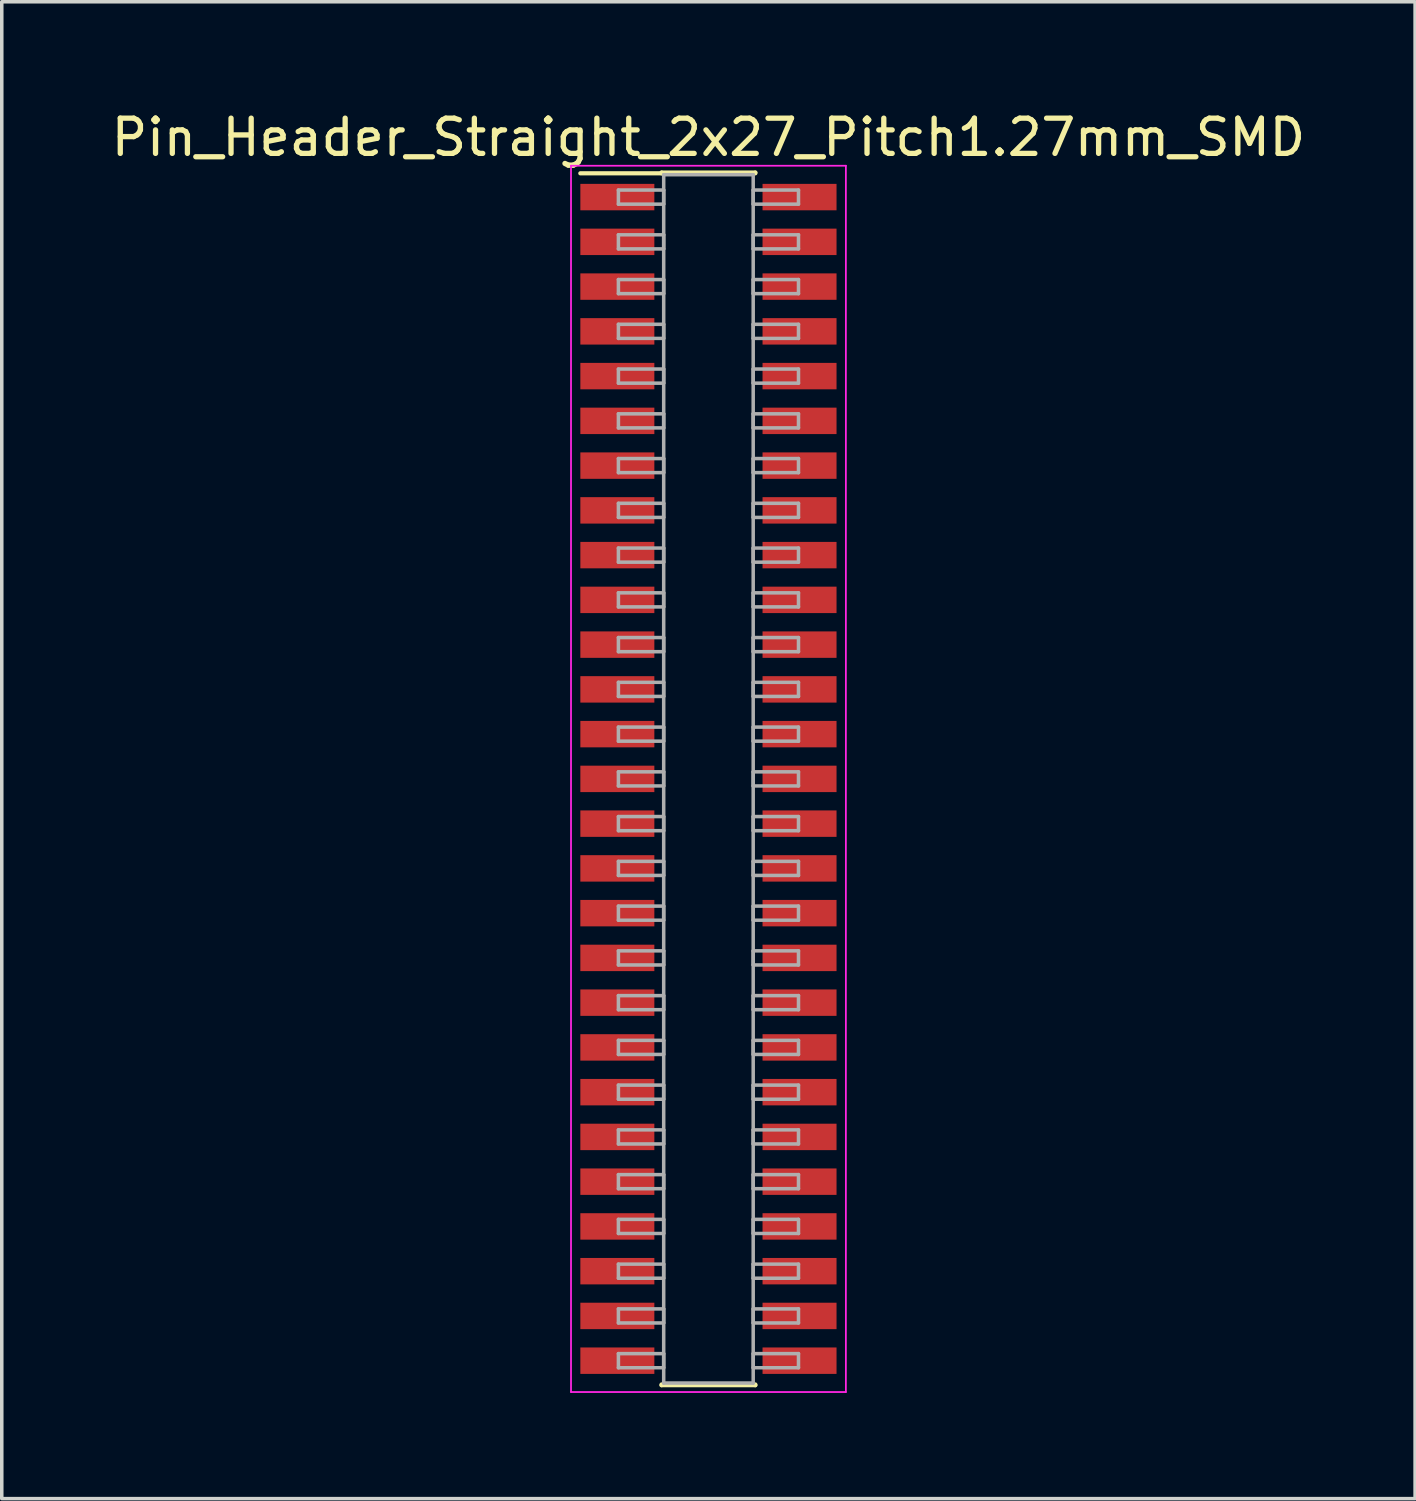
<source format=kicad_pcb>
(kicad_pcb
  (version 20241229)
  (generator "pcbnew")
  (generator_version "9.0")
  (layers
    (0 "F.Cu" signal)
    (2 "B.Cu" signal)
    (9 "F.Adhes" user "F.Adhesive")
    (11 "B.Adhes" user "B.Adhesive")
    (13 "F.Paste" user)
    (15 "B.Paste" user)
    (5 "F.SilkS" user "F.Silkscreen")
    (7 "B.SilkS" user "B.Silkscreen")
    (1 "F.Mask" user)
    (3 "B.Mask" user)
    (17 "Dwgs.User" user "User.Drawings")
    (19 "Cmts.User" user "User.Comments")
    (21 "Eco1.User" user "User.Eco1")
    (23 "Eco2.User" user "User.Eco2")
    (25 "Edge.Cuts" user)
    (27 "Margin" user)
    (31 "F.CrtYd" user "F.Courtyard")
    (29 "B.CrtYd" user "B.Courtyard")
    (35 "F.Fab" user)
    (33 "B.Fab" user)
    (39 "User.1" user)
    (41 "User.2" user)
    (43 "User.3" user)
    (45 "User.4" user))
  (footprint "Pin_Header_Straight_2x27_Pitch1.27mm_SMD"
    (layer "F.Cu")
    (at 17.054 19.053)
    (property "Reference" "Pin_Header_Straight_2x27_Pitch1.27mm_SMD" (at 0 -18.205 0) (layer "F.SilkS") (effects (font (size 1 1) (thickness 0.15))))
    (attr smd)
    (fp_line (start -3.635 -17.185) (end -1.33 -17.185) (stroke (width 0.12) (type solid)) (layer "F.SilkS"))
    (fp_line (start -1.33 -17.205) (end 1.33 -17.205) (stroke (width 0.12) (type solid)) (layer "F.SilkS"))
    (fp_line (start -1.33 -17.185) (end -1.33 -17.205) (stroke (width 0.12) (type solid)) (layer "F.SilkS"))
    (fp_line (start -1.33 17.185) (end -1.33 17.205) (stroke (width 0.12) (type solid)) (layer "F.SilkS"))
    (fp_line (start -1.33 17.205) (end 1.33 17.205) (stroke (width 0.12) (type solid)) (layer "F.SilkS"))
    (fp_line (start 1.33 -17.205) (end 1.33 -17.185) (stroke (width 0.12) (type solid)) (layer "F.SilkS"))
    (fp_line (start 1.33 17.205) (end 1.33 17.185) (stroke (width 0.12) (type solid)) (layer "F.SilkS"))
    (fp_line (start -3.9 -17.4) (end -3.9 17.4) (stroke (width 0.05) (type solid)) (layer "F.CrtYd"))
    (fp_line (start -3.9 17.4) (end 3.9 17.4) (stroke (width 0.05) (type solid)) (layer "F.CrtYd"))
    (fp_line (start 3.9 -17.4) (end -3.9 -17.4) (stroke (width 0.05) (type solid)) (layer "F.CrtYd"))
    (fp_line (start 3.9 17.4) (end 3.9 -17.4) (stroke (width 0.05) (type solid)) (layer "F.CrtYd"))
    (fp_line (start -2.555 -16.71) (end -1.27 -16.71) (stroke (width 0.1) (type solid)) (layer "F.Fab"))
    (fp_line (start -2.555 -16.31) (end -2.555 -16.71) (stroke (width 0.1) (type solid)) (layer "F.Fab"))
    (fp_line (start -2.555 -15.44) (end -1.27 -15.44) (stroke (width 0.1) (type solid)) (layer "F.Fab"))
    (fp_line (start -2.555 -15.04) (end -2.555 -15.44) (stroke (width 0.1) (type solid)) (layer "F.Fab"))
    (fp_line (start -2.555 -14.17) (end -1.27 -14.17) (stroke (width 0.1) (type solid)) (layer "F.Fab"))
    (fp_line (start -2.555 -13.77) (end -2.555 -14.17) (stroke (width 0.1) (type solid)) (layer "F.Fab"))
    (fp_line (start -2.555 -12.9) (end -1.27 -12.9) (stroke (width 0.1) (type solid)) (layer "F.Fab"))
    (fp_line (start -2.555 -12.5) (end -2.555 -12.9) (stroke (width 0.1) (type solid)) (layer "F.Fab"))
    (fp_line (start -2.555 -11.63) (end -1.27 -11.63) (stroke (width 0.1) (type solid)) (layer "F.Fab"))
    (fp_line (start -2.555 -11.23) (end -2.555 -11.63) (stroke (width 0.1) (type solid)) (layer "F.Fab"))
    (fp_line (start -2.555 -10.36) (end -1.27 -10.36) (stroke (width 0.1) (type solid)) (layer "F.Fab"))
    (fp_line (start -2.555 -9.96) (end -2.555 -10.36) (stroke (width 0.1) (type solid)) (layer "F.Fab"))
    (fp_line (start -2.555 -9.09) (end -1.27 -9.09) (stroke (width 0.1) (type solid)) (layer "F.Fab"))
    (fp_line (start -2.555 -8.69) (end -2.555 -9.09) (stroke (width 0.1) (type solid)) (layer "F.Fab"))
    (fp_line (start -2.555 -7.82) (end -1.27 -7.82) (stroke (width 0.1) (type solid)) (layer "F.Fab"))
    (fp_line (start -2.555 -7.42) (end -2.555 -7.82) (stroke (width 0.1) (type solid)) (layer "F.Fab"))
    (fp_line (start -2.555 -6.55) (end -1.27 -6.55) (stroke (width 0.1) (type solid)) (layer "F.Fab"))
    (fp_line (start -2.555 -6.15) (end -2.555 -6.55) (stroke (width 0.1) (type solid)) (layer "F.Fab"))
    (fp_line (start -2.555 -5.28) (end -1.27 -5.28) (stroke (width 0.1) (type solid)) (layer "F.Fab"))
    (fp_line (start -2.555 -4.88) (end -2.555 -5.28) (stroke (width 0.1) (type solid)) (layer "F.Fab"))
    (fp_line (start -2.555 -4.01) (end -1.27 -4.01) (stroke (width 0.1) (type solid)) (layer "F.Fab"))
    (fp_line (start -2.555 -3.61) (end -2.555 -4.01) (stroke (width 0.1) (type solid)) (layer "F.Fab"))
    (fp_line (start -2.555 -2.74) (end -1.27 -2.74) (stroke (width 0.1) (type solid)) (layer "F.Fab"))
    (fp_line (start -2.555 -2.34) (end -2.555 -2.74) (stroke (width 0.1) (type solid)) (layer "F.Fab"))
    (fp_line (start -2.555 -1.47) (end -1.27 -1.47) (stroke (width 0.1) (type solid)) (layer "F.Fab"))
    (fp_line (start -2.555 -1.07) (end -2.555 -1.47) (stroke (width 0.1) (type solid)) (layer "F.Fab"))
    (fp_line (start -2.555 -0.2) (end -1.27 -0.2) (stroke (width 0.1) (type solid)) (layer "F.Fab"))
    (fp_line (start -2.555 0.2) (end -2.555 -0.2) (stroke (width 0.1) (type solid)) (layer "F.Fab"))
    (fp_line (start -2.555 1.07) (end -1.27 1.07) (stroke (width 0.1) (type solid)) (layer "F.Fab"))
    (fp_line (start -2.555 1.47) (end -2.555 1.07) (stroke (width 0.1) (type solid)) (layer "F.Fab"))
    (fp_line (start -2.555 2.34) (end -1.27 2.34) (stroke (width 0.1) (type solid)) (layer "F.Fab"))
    (fp_line (start -2.555 2.74) (end -2.555 2.34) (stroke (width 0.1) (type solid)) (layer "F.Fab"))
    (fp_line (start -2.555 3.61) (end -1.27 3.61) (stroke (width 0.1) (type solid)) (layer "F.Fab"))
    (fp_line (start -2.555 4.01) (end -2.555 3.61) (stroke (width 0.1) (type solid)) (layer "F.Fab"))
    (fp_line (start -2.555 4.88) (end -1.27 4.88) (stroke (width 0.1) (type solid)) (layer "F.Fab"))
    (fp_line (start -2.555 5.28) (end -2.555 4.88) (stroke (width 0.1) (type solid)) (layer "F.Fab"))
    (fp_line (start -2.555 6.15) (end -1.27 6.15) (stroke (width 0.1) (type solid)) (layer "F.Fab"))
    (fp_line (start -2.555 6.55) (end -2.555 6.15) (stroke (width 0.1) (type solid)) (layer "F.Fab"))
    (fp_line (start -2.555 7.42) (end -1.27 7.42) (stroke (width 0.1) (type solid)) (layer "F.Fab"))
    (fp_line (start -2.555 7.82) (end -2.555 7.42) (stroke (width 0.1) (type solid)) (layer "F.Fab"))
    (fp_line (start -2.555 8.69) (end -1.27 8.69) (stroke (width 0.1) (type solid)) (layer "F.Fab"))
    (fp_line (start -2.555 9.09) (end -2.555 8.69) (stroke (width 0.1) (type solid)) (layer "F.Fab"))
    (fp_line (start -2.555 9.96) (end -1.27 9.96) (stroke (width 0.1) (type solid)) (layer "F.Fab"))
    (fp_line (start -2.555 10.36) (end -2.555 9.96) (stroke (width 0.1) (type solid)) (layer "F.Fab"))
    (fp_line (start -2.555 11.23) (end -1.27 11.23) (stroke (width 0.1) (type solid)) (layer "F.Fab"))
    (fp_line (start -2.555 11.63) (end -2.555 11.23) (stroke (width 0.1) (type solid)) (layer "F.Fab"))
    (fp_line (start -2.555 12.5) (end -1.27 12.5) (stroke (width 0.1) (type solid)) (layer "F.Fab"))
    (fp_line (start -2.555 12.9) (end -2.555 12.5) (stroke (width 0.1) (type solid)) (layer "F.Fab"))
    (fp_line (start -2.555 13.77) (end -1.27 13.77) (stroke (width 0.1) (type solid)) (layer "F.Fab"))
    (fp_line (start -2.555 14.17) (end -2.555 13.77) (stroke (width 0.1) (type solid)) (layer "F.Fab"))
    (fp_line (start -2.555 15.04) (end -1.27 15.04) (stroke (width 0.1) (type solid)) (layer "F.Fab"))
    (fp_line (start -2.555 15.44) (end -2.555 15.04) (stroke (width 0.1) (type solid)) (layer "F.Fab"))
    (fp_line (start -2.555 16.31) (end -1.27 16.31) (stroke (width 0.1) (type solid)) (layer "F.Fab"))
    (fp_line (start -2.555 16.71) (end -2.555 16.31) (stroke (width 0.1) (type solid)) (layer "F.Fab"))
    (fp_line (start -1.27 -17.145) (end -1.27 17.145) (stroke (width 0.1) (type solid)) (layer "F.Fab"))
    (fp_line (start -1.27 -16.71) (end -1.27 -16.31) (stroke (width 0.1) (type solid)) (layer "F.Fab"))
    (fp_line (start -1.27 -16.31) (end -2.555 -16.31) (stroke (width 0.1) (type solid)) (layer "F.Fab"))
    (fp_line (start -1.27 -15.44) (end -1.27 -15.04) (stroke (width 0.1) (type solid)) (layer "F.Fab"))
    (fp_line (start -1.27 -15.04) (end -2.555 -15.04) (stroke (width 0.1) (type solid)) (layer "F.Fab"))
    (fp_line (start -1.27 -14.17) (end -1.27 -13.77) (stroke (width 0.1) (type solid)) (layer "F.Fab"))
    (fp_line (start -1.27 -13.77) (end -2.555 -13.77) (stroke (width 0.1) (type solid)) (layer "F.Fab"))
    (fp_line (start -1.27 -12.9) (end -1.27 -12.5) (stroke (width 0.1) (type solid)) (layer "F.Fab"))
    (fp_line (start -1.27 -12.5) (end -2.555 -12.5) (stroke (width 0.1) (type solid)) (layer "F.Fab"))
    (fp_line (start -1.27 -11.63) (end -1.27 -11.23) (stroke (width 0.1) (type solid)) (layer "F.Fab"))
    (fp_line (start -1.27 -11.23) (end -2.555 -11.23) (stroke (width 0.1) (type solid)) (layer "F.Fab"))
    (fp_line (start -1.27 -10.36) (end -1.27 -9.96) (stroke (width 0.1) (type solid)) (layer "F.Fab"))
    (fp_line (start -1.27 -9.96) (end -2.555 -9.96) (stroke (width 0.1) (type solid)) (layer "F.Fab"))
    (fp_line (start -1.27 -9.09) (end -1.27 -8.69) (stroke (width 0.1) (type solid)) (layer "F.Fab"))
    (fp_line (start -1.27 -8.69) (end -2.555 -8.69) (stroke (width 0.1) (type solid)) (layer "F.Fab"))
    (fp_line (start -1.27 -7.82) (end -1.27 -7.42) (stroke (width 0.1) (type solid)) (layer "F.Fab"))
    (fp_line (start -1.27 -7.42) (end -2.555 -7.42) (stroke (width 0.1) (type solid)) (layer "F.Fab"))
    (fp_line (start -1.27 -6.55) (end -1.27 -6.15) (stroke (width 0.1) (type solid)) (layer "F.Fab"))
    (fp_line (start -1.27 -6.15) (end -2.555 -6.15) (stroke (width 0.1) (type solid)) (layer "F.Fab"))
    (fp_line (start -1.27 -5.28) (end -1.27 -4.88) (stroke (width 0.1) (type solid)) (layer "F.Fab"))
    (fp_line (start -1.27 -4.88) (end -2.555 -4.88) (stroke (width 0.1) (type solid)) (layer "F.Fab"))
    (fp_line (start -1.27 -4.01) (end -1.27 -3.61) (stroke (width 0.1) (type solid)) (layer "F.Fab"))
    (fp_line (start -1.27 -3.61) (end -2.555 -3.61) (stroke (width 0.1) (type solid)) (layer "F.Fab"))
    (fp_line (start -1.27 -2.74) (end -1.27 -2.34) (stroke (width 0.1) (type solid)) (layer "F.Fab"))
    (fp_line (start -1.27 -2.34) (end -2.555 -2.34) (stroke (width 0.1) (type solid)) (layer "F.Fab"))
    (fp_line (start -1.27 -1.47) (end -1.27 -1.07) (stroke (width 0.1) (type solid)) (layer "F.Fab"))
    (fp_line (start -1.27 -1.07) (end -2.555 -1.07) (stroke (width 0.1) (type solid)) (layer "F.Fab"))
    (fp_line (start -1.27 -0.2) (end -1.27 0.2) (stroke (width 0.1) (type solid)) (layer "F.Fab"))
    (fp_line (start -1.27 0.2) (end -2.555 0.2) (stroke (width 0.1) (type solid)) (layer "F.Fab"))
    (fp_line (start -1.27 1.07) (end -1.27 1.47) (stroke (width 0.1) (type solid)) (layer "F.Fab"))
    (fp_line (start -1.27 1.47) (end -2.555 1.47) (stroke (width 0.1) (type solid)) (layer "F.Fab"))
    (fp_line (start -1.27 2.34) (end -1.27 2.74) (stroke (width 0.1) (type solid)) (layer "F.Fab"))
    (fp_line (start -1.27 2.74) (end -2.555 2.74) (stroke (width 0.1) (type solid)) (layer "F.Fab"))
    (fp_line (start -1.27 3.61) (end -1.27 4.01) (stroke (width 0.1) (type solid)) (layer "F.Fab"))
    (fp_line (start -1.27 4.01) (end -2.555 4.01) (stroke (width 0.1) (type solid)) (layer "F.Fab"))
    (fp_line (start -1.27 4.88) (end -1.27 5.28) (stroke (width 0.1) (type solid)) (layer "F.Fab"))
    (fp_line (start -1.27 5.28) (end -2.555 5.28) (stroke (width 0.1) (type solid)) (layer "F.Fab"))
    (fp_line (start -1.27 6.15) (end -1.27 6.55) (stroke (width 0.1) (type solid)) (layer "F.Fab"))
    (fp_line (start -1.27 6.55) (end -2.555 6.55) (stroke (width 0.1) (type solid)) (layer "F.Fab"))
    (fp_line (start -1.27 7.42) (end -1.27 7.82) (stroke (width 0.1) (type solid)) (layer "F.Fab"))
    (fp_line (start -1.27 7.82) (end -2.555 7.82) (stroke (width 0.1) (type solid)) (layer "F.Fab"))
    (fp_line (start -1.27 8.69) (end -1.27 9.09) (stroke (width 0.1) (type solid)) (layer "F.Fab"))
    (fp_line (start -1.27 9.09) (end -2.555 9.09) (stroke (width 0.1) (type solid)) (layer "F.Fab"))
    (fp_line (start -1.27 9.96) (end -1.27 10.36) (stroke (width 0.1) (type solid)) (layer "F.Fab"))
    (fp_line (start -1.27 10.36) (end -2.555 10.36) (stroke (width 0.1) (type solid)) (layer "F.Fab"))
    (fp_line (start -1.27 11.23) (end -1.27 11.63) (stroke (width 0.1) (type solid)) (layer "F.Fab"))
    (fp_line (start -1.27 11.63) (end -2.555 11.63) (stroke (width 0.1) (type solid)) (layer "F.Fab"))
    (fp_line (start -1.27 12.5) (end -1.27 12.9) (stroke (width 0.1) (type solid)) (layer "F.Fab"))
    (fp_line (start -1.27 12.9) (end -2.555 12.9) (stroke (width 0.1) (type solid)) (layer "F.Fab"))
    (fp_line (start -1.27 13.77) (end -1.27 14.17) (stroke (width 0.1) (type solid)) (layer "F.Fab"))
    (fp_line (start -1.27 14.17) (end -2.555 14.17) (stroke (width 0.1) (type solid)) (layer "F.Fab"))
    (fp_line (start -1.27 15.04) (end -1.27 15.44) (stroke (width 0.1) (type solid)) (layer "F.Fab"))
    (fp_line (start -1.27 15.44) (end -2.555 15.44) (stroke (width 0.1) (type solid)) (layer "F.Fab"))
    (fp_line (start -1.27 16.31) (end -1.27 16.71) (stroke (width 0.1) (type solid)) (layer "F.Fab"))
    (fp_line (start -1.27 16.71) (end -2.555 16.71) (stroke (width 0.1) (type solid)) (layer "F.Fab"))
    (fp_line (start -1.27 17.145) (end 1.27 17.145) (stroke (width 0.1) (type solid)) (layer "F.Fab"))
    (fp_line (start 1.27 -17.145) (end -1.27 -17.145) (stroke (width 0.1) (type solid)) (layer "F.Fab"))
    (fp_line (start 1.27 -16.71) (end 1.27 -16.31) (stroke (width 0.1) (type solid)) (layer "F.Fab"))
    (fp_line (start 1.27 -16.31) (end 2.555 -16.31) (stroke (width 0.1) (type solid)) (layer "F.Fab"))
    (fp_line (start 1.27 -15.44) (end 1.27 -15.04) (stroke (width 0.1) (type solid)) (layer "F.Fab"))
    (fp_line (start 1.27 -15.04) (end 2.555 -15.04) (stroke (width 0.1) (type solid)) (layer "F.Fab"))
    (fp_line (start 1.27 -14.17) (end 1.27 -13.77) (stroke (width 0.1) (type solid)) (layer "F.Fab"))
    (fp_line (start 1.27 -13.77) (end 2.555 -13.77) (stroke (width 0.1) (type solid)) (layer "F.Fab"))
    (fp_line (start 1.27 -12.9) (end 1.27 -12.5) (stroke (width 0.1) (type solid)) (layer "F.Fab"))
    (fp_line (start 1.27 -12.5) (end 2.555 -12.5) (stroke (width 0.1) (type solid)) (layer "F.Fab"))
    (fp_line (start 1.27 -11.63) (end 1.27 -11.23) (stroke (width 0.1) (type solid)) (layer "F.Fab"))
    (fp_line (start 1.27 -11.23) (end 2.555 -11.23) (stroke (width 0.1) (type solid)) (layer "F.Fab"))
    (fp_line (start 1.27 -10.36) (end 1.27 -9.96) (stroke (width 0.1) (type solid)) (layer "F.Fab"))
    (fp_line (start 1.27 -9.96) (end 2.555 -9.96) (stroke (width 0.1) (type solid)) (layer "F.Fab"))
    (fp_line (start 1.27 -9.09) (end 1.27 -8.69) (stroke (width 0.1) (type solid)) (layer "F.Fab"))
    (fp_line (start 1.27 -8.69) (end 2.555 -8.69) (stroke (width 0.1) (type solid)) (layer "F.Fab"))
    (fp_line (start 1.27 -7.82) (end 1.27 -7.42) (stroke (width 0.1) (type solid)) (layer "F.Fab"))
    (fp_line (start 1.27 -7.42) (end 2.555 -7.42) (stroke (width 0.1) (type solid)) (layer "F.Fab"))
    (fp_line (start 1.27 -6.55) (end 1.27 -6.15) (stroke (width 0.1) (type solid)) (layer "F.Fab"))
    (fp_line (start 1.27 -6.15) (end 2.555 -6.15) (stroke (width 0.1) (type solid)) (layer "F.Fab"))
    (fp_line (start 1.27 -5.28) (end 1.27 -4.88) (stroke (width 0.1) (type solid)) (layer "F.Fab"))
    (fp_line (start 1.27 -4.88) (end 2.555 -4.88) (stroke (width 0.1) (type solid)) (layer "F.Fab"))
    (fp_line (start 1.27 -4.01) (end 1.27 -3.61) (stroke (width 0.1) (type solid)) (layer "F.Fab"))
    (fp_line (start 1.27 -3.61) (end 2.555 -3.61) (stroke (width 0.1) (type solid)) (layer "F.Fab"))
    (fp_line (start 1.27 -2.74) (end 1.27 -2.34) (stroke (width 0.1) (type solid)) (layer "F.Fab"))
    (fp_line (start 1.27 -2.34) (end 2.555 -2.34) (stroke (width 0.1) (type solid)) (layer "F.Fab"))
    (fp_line (start 1.27 -1.47) (end 1.27 -1.07) (stroke (width 0.1) (type solid)) (layer "F.Fab"))
    (fp_line (start 1.27 -1.07) (end 2.555 -1.07) (stroke (width 0.1) (type solid)) (layer "F.Fab"))
    (fp_line (start 1.27 -0.2) (end 1.27 0.2) (stroke (width 0.1) (type solid)) (layer "F.Fab"))
    (fp_line (start 1.27 0.2) (end 2.555 0.2) (stroke (width 0.1) (type solid)) (layer "F.Fab"))
    (fp_line (start 1.27 1.07) (end 1.27 1.47) (stroke (width 0.1) (type solid)) (layer "F.Fab"))
    (fp_line (start 1.27 1.47) (end 2.555 1.47) (stroke (width 0.1) (type solid)) (layer "F.Fab"))
    (fp_line (start 1.27 2.34) (end 1.27 2.74) (stroke (width 0.1) (type solid)) (layer "F.Fab"))
    (fp_line (start 1.27 2.74) (end 2.555 2.74) (stroke (width 0.1) (type solid)) (layer "F.Fab"))
    (fp_line (start 1.27 3.61) (end 1.27 4.01) (stroke (width 0.1) (type solid)) (layer "F.Fab"))
    (fp_line (start 1.27 4.01) (end 2.555 4.01) (stroke (width 0.1) (type solid)) (layer "F.Fab"))
    (fp_line (start 1.27 4.88) (end 1.27 5.28) (stroke (width 0.1) (type solid)) (layer "F.Fab"))
    (fp_line (start 1.27 5.28) (end 2.555 5.28) (stroke (width 0.1) (type solid)) (layer "F.Fab"))
    (fp_line (start 1.27 6.15) (end 1.27 6.55) (stroke (width 0.1) (type solid)) (layer "F.Fab"))
    (fp_line (start 1.27 6.55) (end 2.555 6.55) (stroke (width 0.1) (type solid)) (layer "F.Fab"))
    (fp_line (start 1.27 7.42) (end 1.27 7.82) (stroke (width 0.1) (type solid)) (layer "F.Fab"))
    (fp_line (start 1.27 7.82) (end 2.555 7.82) (stroke (width 0.1) (type solid)) (layer "F.Fab"))
    (fp_line (start 1.27 8.69) (end 1.27 9.09) (stroke (width 0.1) (type solid)) (layer "F.Fab"))
    (fp_line (start 1.27 9.09) (end 2.555 9.09) (stroke (width 0.1) (type solid)) (layer "F.Fab"))
    (fp_line (start 1.27 9.96) (end 1.27 10.36) (stroke (width 0.1) (type solid)) (layer "F.Fab"))
    (fp_line (start 1.27 10.36) (end 2.555 10.36) (stroke (width 0.1) (type solid)) (layer "F.Fab"))
    (fp_line (start 1.27 11.23) (end 1.27 11.63) (stroke (width 0.1) (type solid)) (layer "F.Fab"))
    (fp_line (start 1.27 11.63) (end 2.555 11.63) (stroke (width 0.1) (type solid)) (layer "F.Fab"))
    (fp_line (start 1.27 12.5) (end 1.27 12.9) (stroke (width 0.1) (type solid)) (layer "F.Fab"))
    (fp_line (start 1.27 12.9) (end 2.555 12.9) (stroke (width 0.1) (type solid)) (layer "F.Fab"))
    (fp_line (start 1.27 13.77) (end 1.27 14.17) (stroke (width 0.1) (type solid)) (layer "F.Fab"))
    (fp_line (start 1.27 14.17) (end 2.555 14.17) (stroke (width 0.1) (type solid)) (layer "F.Fab"))
    (fp_line (start 1.27 15.04) (end 1.27 15.44) (stroke (width 0.1) (type solid)) (layer "F.Fab"))
    (fp_line (start 1.27 15.44) (end 2.555 15.44) (stroke (width 0.1) (type solid)) (layer "F.Fab"))
    (fp_line (start 1.27 16.31) (end 1.27 16.71) (stroke (width 0.1) (type solid)) (layer "F.Fab"))
    (fp_line (start 1.27 16.71) (end 2.555 16.71) (stroke (width 0.1) (type solid)) (layer "F.Fab"))
    (fp_line (start 1.27 17.145) (end 1.27 -17.145) (stroke (width 0.1) (type solid)) (layer "F.Fab"))
    (fp_line (start 2.555 -16.71) (end 1.27 -16.71) (stroke (width 0.1) (type solid)) (layer "F.Fab"))
    (fp_line (start 2.555 -16.31) (end 2.555 -16.71) (stroke (width 0.1) (type solid)) (layer "F.Fab"))
    (fp_line (start 2.555 -15.44) (end 1.27 -15.44) (stroke (width 0.1) (type solid)) (layer "F.Fab"))
    (fp_line (start 2.555 -15.04) (end 2.555 -15.44) (stroke (width 0.1) (type solid)) (layer "F.Fab"))
    (fp_line (start 2.555 -14.17) (end 1.27 -14.17) (stroke (width 0.1) (type solid)) (layer "F.Fab"))
    (fp_line (start 2.555 -13.77) (end 2.555 -14.17) (stroke (width 0.1) (type solid)) (layer "F.Fab"))
    (fp_line (start 2.555 -12.9) (end 1.27 -12.9) (stroke (width 0.1) (type solid)) (layer "F.Fab"))
    (fp_line (start 2.555 -12.5) (end 2.555 -12.9) (stroke (width 0.1) (type solid)) (layer "F.Fab"))
    (fp_line (start 2.555 -11.63) (end 1.27 -11.63) (stroke (width 0.1) (type solid)) (layer "F.Fab"))
    (fp_line (start 2.555 -11.23) (end 2.555 -11.63) (stroke (width 0.1) (type solid)) (layer "F.Fab"))
    (fp_line (start 2.555 -10.36) (end 1.27 -10.36) (stroke (width 0.1) (type solid)) (layer "F.Fab"))
    (fp_line (start 2.555 -9.96) (end 2.555 -10.36) (stroke (width 0.1) (type solid)) (layer "F.Fab"))
    (fp_line (start 2.555 -9.09) (end 1.27 -9.09) (stroke (width 0.1) (type solid)) (layer "F.Fab"))
    (fp_line (start 2.555 -8.69) (end 2.555 -9.09) (stroke (width 0.1) (type solid)) (layer "F.Fab"))
    (fp_line (start 2.555 -7.82) (end 1.27 -7.82) (stroke (width 0.1) (type solid)) (layer "F.Fab"))
    (fp_line (start 2.555 -7.42) (end 2.555 -7.82) (stroke (width 0.1) (type solid)) (layer "F.Fab"))
    (fp_line (start 2.555 -6.55) (end 1.27 -6.55) (stroke (width 0.1) (type solid)) (layer "F.Fab"))
    (fp_line (start 2.555 -6.15) (end 2.555 -6.55) (stroke (width 0.1) (type solid)) (layer "F.Fab"))
    (fp_line (start 2.555 -5.28) (end 1.27 -5.28) (stroke (width 0.1) (type solid)) (layer "F.Fab"))
    (fp_line (start 2.555 -4.88) (end 2.555 -5.28) (stroke (width 0.1) (type solid)) (layer "F.Fab"))
    (fp_line (start 2.555 -4.01) (end 1.27 -4.01) (stroke (width 0.1) (type solid)) (layer "F.Fab"))
    (fp_line (start 2.555 -3.61) (end 2.555 -4.01) (stroke (width 0.1) (type solid)) (layer "F.Fab"))
    (fp_line (start 2.555 -2.74) (end 1.27 -2.74) (stroke (width 0.1) (type solid)) (layer "F.Fab"))
    (fp_line (start 2.555 -2.34) (end 2.555 -2.74) (stroke (width 0.1) (type solid)) (layer "F.Fab"))
    (fp_line (start 2.555 -1.47) (end 1.27 -1.47) (stroke (width 0.1) (type solid)) (layer "F.Fab"))
    (fp_line (start 2.555 -1.07) (end 2.555 -1.47) (stroke (width 0.1) (type solid)) (layer "F.Fab"))
    (fp_line (start 2.555 -0.2) (end 1.27 -0.2) (stroke (width 0.1) (type solid)) (layer "F.Fab"))
    (fp_line (start 2.555 0.2) (end 2.555 -0.2) (stroke (width 0.1) (type solid)) (layer "F.Fab"))
    (fp_line (start 2.555 1.07) (end 1.27 1.07) (stroke (width 0.1) (type solid)) (layer "F.Fab"))
    (fp_line (start 2.555 1.47) (end 2.555 1.07) (stroke (width 0.1) (type solid)) (layer "F.Fab"))
    (fp_line (start 2.555 2.34) (end 1.27 2.34) (stroke (width 0.1) (type solid)) (layer "F.Fab"))
    (fp_line (start 2.555 2.74) (end 2.555 2.34) (stroke (width 0.1) (type solid)) (layer "F.Fab"))
    (fp_line (start 2.555 3.61) (end 1.27 3.61) (stroke (width 0.1) (type solid)) (layer "F.Fab"))
    (fp_line (start 2.555 4.01) (end 2.555 3.61) (stroke (width 0.1) (type solid)) (layer "F.Fab"))
    (fp_line (start 2.555 4.88) (end 1.27 4.88) (stroke (width 0.1) (type solid)) (layer "F.Fab"))
    (fp_line (start 2.555 5.28) (end 2.555 4.88) (stroke (width 0.1) (type solid)) (layer "F.Fab"))
    (fp_line (start 2.555 6.15) (end 1.27 6.15) (stroke (width 0.1) (type solid)) (layer "F.Fab"))
    (fp_line (start 2.555 6.55) (end 2.555 6.15) (stroke (width 0.1) (type solid)) (layer "F.Fab"))
    (fp_line (start 2.555 7.42) (end 1.27 7.42) (stroke (width 0.1) (type solid)) (layer "F.Fab"))
    (fp_line (start 2.555 7.82) (end 2.555 7.42) (stroke (width 0.1) (type solid)) (layer "F.Fab"))
    (fp_line (start 2.555 8.69) (end 1.27 8.69) (stroke (width 0.1) (type solid)) (layer "F.Fab"))
    (fp_line (start 2.555 9.09) (end 2.555 8.69) (stroke (width 0.1) (type solid)) (layer "F.Fab"))
    (fp_line (start 2.555 9.96) (end 1.27 9.96) (stroke (width 0.1) (type solid)) (layer "F.Fab"))
    (fp_line (start 2.555 10.36) (end 2.555 9.96) (stroke (width 0.1) (type solid)) (layer "F.Fab"))
    (fp_line (start 2.555 11.23) (end 1.27 11.23) (stroke (width 0.1) (type solid)) (layer "F.Fab"))
    (fp_line (start 2.555 11.63) (end 2.555 11.23) (stroke (width 0.1) (type solid)) (layer "F.Fab"))
    (fp_line (start 2.555 12.5) (end 1.27 12.5) (stroke (width 0.1) (type solid)) (layer "F.Fab"))
    (fp_line (start 2.555 12.9) (end 2.555 12.5) (stroke (width 0.1) (type solid)) (layer "F.Fab"))
    (fp_line (start 2.555 13.77) (end 1.27 13.77) (stroke (width 0.1) (type solid)) (layer "F.Fab"))
    (fp_line (start 2.555 14.17) (end 2.555 13.77) (stroke (width 0.1) (type solid)) (layer "F.Fab"))
    (fp_line (start 2.555 15.04) (end 1.27 15.04) (stroke (width 0.1) (type solid)) (layer "F.Fab"))
    (fp_line (start 2.555 15.44) (end 2.555 15.04) (stroke (width 0.1) (type solid)) (layer "F.Fab"))
    (fp_line (start 2.555 16.31) (end 1.27 16.31) (stroke (width 0.1) (type solid)) (layer "F.Fab"))
    (fp_line (start 2.555 16.71) (end 2.555 16.31) (stroke (width 0.1) (type solid)) (layer "F.Fab"))
    (pad "1" smd rect (at -2.585 -16.51) (size 2.1 0.75) (layers "F.Cu" "F.Mask"))
    (pad "2" smd rect (at 2.585 -16.51) (size 2.1 0.75) (layers "F.Cu" "F.Mask"))
    (pad "3" smd rect (at -2.585 -15.24) (size 2.1 0.75) (layers "F.Cu" "F.Mask"))
    (pad "4" smd rect (at 2.585 -15.24) (size 2.1 0.75) (layers "F.Cu" "F.Mask"))
    (pad "5" smd rect (at -2.585 -13.97) (size 2.1 0.75) (layers "F.Cu" "F.Mask"))
    (pad "6" smd rect (at 2.585 -13.97) (size 2.1 0.75) (layers "F.Cu" "F.Mask"))
    (pad "7" smd rect (at -2.585 -12.7) (size 2.1 0.75) (layers "F.Cu" "F.Mask"))
    (pad "8" smd rect (at 2.585 -12.7) (size 2.1 0.75) (layers "F.Cu" "F.Mask"))
    (pad "9" smd rect (at -2.585 -11.43) (size 2.1 0.75) (layers "F.Cu" "F.Mask"))
    (pad "10" smd rect (at 2.585 -11.43) (size 2.1 0.75) (layers "F.Cu" "F.Mask"))
    (pad "11" smd rect (at -2.585 -10.16) (size 2.1 0.75) (layers "F.Cu" "F.Mask"))
    (pad "12" smd rect (at 2.585 -10.16) (size 2.1 0.75) (layers "F.Cu" "F.Mask"))
    (pad "13" smd rect (at -2.585 -8.89) (size 2.1 0.75) (layers "F.Cu" "F.Mask"))
    (pad "14" smd rect (at 2.585 -8.89) (size 2.1 0.75) (layers "F.Cu" "F.Mask"))
    (pad "15" smd rect (at -2.585 -7.62) (size 2.1 0.75) (layers "F.Cu" "F.Mask"))
    (pad "16" smd rect (at 2.585 -7.62) (size 2.1 0.75) (layers "F.Cu" "F.Mask"))
    (pad "17" smd rect (at -2.585 -6.35) (size 2.1 0.75) (layers "F.Cu" "F.Mask"))
    (pad "18" smd rect (at 2.585 -6.35) (size 2.1 0.75) (layers "F.Cu" "F.Mask"))
    (pad "19" smd rect (at -2.585 -5.08) (size 2.1 0.75) (layers "F.Cu" "F.Mask"))
    (pad "20" smd rect (at 2.585 -5.08) (size 2.1 0.75) (layers "F.Cu" "F.Mask"))
    (pad "21" smd rect (at -2.585 -3.81) (size 2.1 0.75) (layers "F.Cu" "F.Mask"))
    (pad "22" smd rect (at 2.585 -3.81) (size 2.1 0.75) (layers "F.Cu" "F.Mask"))
    (pad "23" smd rect (at -2.585 -2.54) (size 2.1 0.75) (layers "F.Cu" "F.Mask"))
    (pad "24" smd rect (at 2.585 -2.54) (size 2.1 0.75) (layers "F.Cu" "F.Mask"))
    (pad "25" smd rect (at -2.585 -1.27) (size 2.1 0.75) (layers "F.Cu" "F.Mask"))
    (pad "26" smd rect (at 2.585 -1.27) (size 2.1 0.75) (layers "F.Cu" "F.Mask"))
    (pad "27" smd rect (at -2.585 0) (size 2.1 0.75) (layers "F.Cu" "F.Mask"))
    (pad "28" smd rect (at 2.585 0) (size 2.1 0.75) (layers "F.Cu" "F.Mask"))
    (pad "29" smd rect (at -2.585 1.27) (size 2.1 0.75) (layers "F.Cu" "F.Mask"))
    (pad "30" smd rect (at 2.585 1.27) (size 2.1 0.75) (layers "F.Cu" "F.Mask"))
    (pad "31" smd rect (at -2.585 2.54) (size 2.1 0.75) (layers "F.Cu" "F.Mask"))
    (pad "32" smd rect (at 2.585 2.54) (size 2.1 0.75) (layers "F.Cu" "F.Mask"))
    (pad "33" smd rect (at -2.585 3.81) (size 2.1 0.75) (layers "F.Cu" "F.Mask"))
    (pad "34" smd rect (at 2.585 3.81) (size 2.1 0.75) (layers "F.Cu" "F.Mask"))
    (pad "35" smd rect (at -2.585 5.08) (size 2.1 0.75) (layers "F.Cu" "F.Mask"))
    (pad "36" smd rect (at 2.585 5.08) (size 2.1 0.75) (layers "F.Cu" "F.Mask"))
    (pad "37" smd rect (at -2.585 6.35) (size 2.1 0.75) (layers "F.Cu" "F.Mask"))
    (pad "38" smd rect (at 2.585 6.35) (size 2.1 0.75) (layers "F.Cu" "F.Mask"))
    (pad "39" smd rect (at -2.585 7.62) (size 2.1 0.75) (layers "F.Cu" "F.Mask"))
    (pad "40" smd rect (at 2.585 7.62) (size 2.1 0.75) (layers "F.Cu" "F.Mask"))
    (pad "41" smd rect (at -2.585 8.89) (size 2.1 0.75) (layers "F.Cu" "F.Mask"))
    (pad "42" smd rect (at 2.585 8.89) (size 2.1 0.75) (layers "F.Cu" "F.Mask"))
    (pad "43" smd rect (at -2.585 10.16) (size 2.1 0.75) (layers "F.Cu" "F.Mask"))
    (pad "44" smd rect (at 2.585 10.16) (size 2.1 0.75) (layers "F.Cu" "F.Mask"))
    (pad "45" smd rect (at -2.585 11.43) (size 2.1 0.75) (layers "F.Cu" "F.Mask"))
    (pad "46" smd rect (at 2.585 11.43) (size 2.1 0.75) (layers "F.Cu" "F.Mask"))
    (pad "47" smd rect (at -2.585 12.7) (size 2.1 0.75) (layers "F.Cu" "F.Mask"))
    (pad "48" smd rect (at 2.585 12.7) (size 2.1 0.75) (layers "F.Cu" "F.Mask"))
    (pad "49" smd rect (at -2.585 13.97) (size 2.1 0.75) (layers "F.Cu" "F.Mask"))
    (pad "50" smd rect (at 2.585 13.97) (size 2.1 0.75) (layers "F.Cu" "F.Mask"))
    (pad "51" smd rect (at -2.585 15.24) (size 2.1 0.75) (layers "F.Cu" "F.Mask"))
    (pad "52" smd rect (at 2.585 15.24) (size 2.1 0.75) (layers "F.Cu" "F.Mask"))
    (pad "53" smd rect (at -2.585 16.51) (size 2.1 0.75) (layers "F.Cu" "F.Mask"))
    (pad "54" smd rect (at 2.585 16.51) (size 2.1 0.75) (layers "F.Cu" "F.Mask")))
  (gr_rect
    (start -3 -3)
    (end 37.107 39.478)
    (stroke (width 0.1) (type default))
    (fill no)
    (layer "Edge.Cuts")))
</source>
